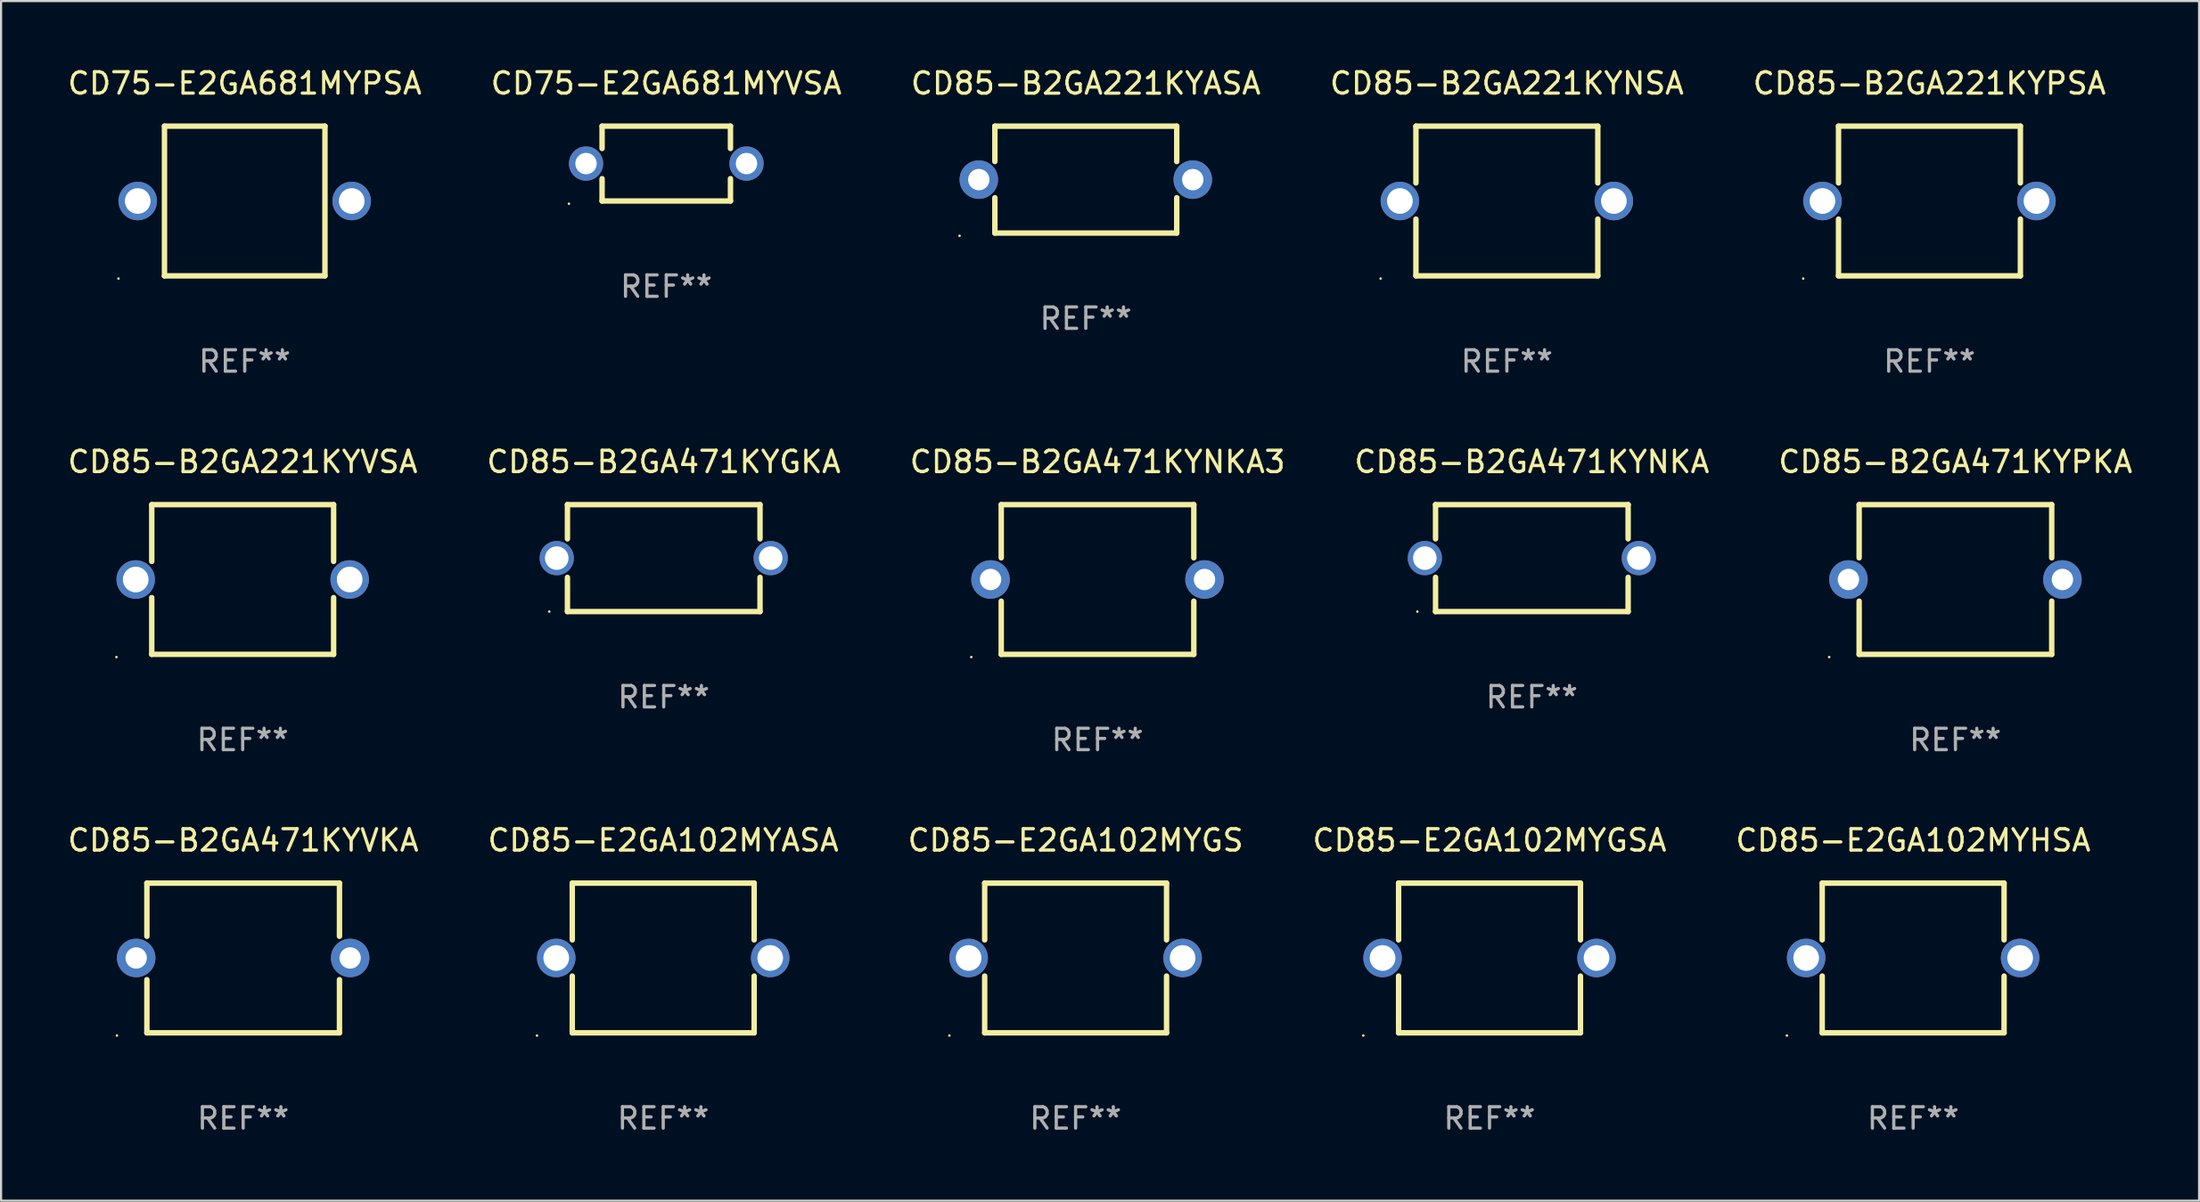
<source format=kicad_pcb>
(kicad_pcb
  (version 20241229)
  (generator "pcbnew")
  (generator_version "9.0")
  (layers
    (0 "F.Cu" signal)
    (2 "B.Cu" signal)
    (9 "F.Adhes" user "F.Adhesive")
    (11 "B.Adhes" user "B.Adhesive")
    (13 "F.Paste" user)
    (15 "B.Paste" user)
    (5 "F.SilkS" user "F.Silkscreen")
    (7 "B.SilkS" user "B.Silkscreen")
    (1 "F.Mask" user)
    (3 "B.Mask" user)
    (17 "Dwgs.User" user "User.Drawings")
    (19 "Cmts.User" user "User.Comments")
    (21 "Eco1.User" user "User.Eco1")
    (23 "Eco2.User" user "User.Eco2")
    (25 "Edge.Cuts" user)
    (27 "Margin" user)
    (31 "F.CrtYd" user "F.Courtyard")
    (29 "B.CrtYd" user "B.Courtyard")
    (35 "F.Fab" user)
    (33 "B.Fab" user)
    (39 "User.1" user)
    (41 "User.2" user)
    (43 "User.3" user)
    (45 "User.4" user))
  (footprint "CD85-B2GA221KYVSA"
    (layer "F.Cu")
    (at 8.292 24.045)
    (property "Reference" "CD85-B2GA221KYVSA" (at 0 -5.5 0) (layer "F.SilkS") (effects (font (size 1 1) (thickness 0.15))))
    (attr through_hole)
    (fp_line (start -4.25 -3.5) (end -4.25 -0.846) (stroke (width 0.254) (type solid)) (layer "F.SilkS"))
    (fp_line (start -4.25 -3.5) (end 4.25 -3.5) (stroke (width 0.254) (type solid)) (layer "F.SilkS"))
    (fp_line (start -4.25 0.846) (end -4.25 3.5) (stroke (width 0.254) (type solid)) (layer "F.SilkS"))
    (fp_line (start 4.25 -3.5) (end 4.25 -0.846) (stroke (width 0.254) (type solid)) (layer "F.SilkS"))
    (fp_line (start 4.25 0.846) (end 4.25 3.5) (stroke (width 0.254) (type solid)) (layer "F.SilkS"))
    (fp_line (start 4.25 3.5) (end -4.25 3.5) (stroke (width 0.254) (type solid)) (layer "F.SilkS"))
    (fp_circle (center -5.9 3.627) (end -5.87 3.627) (stroke (width 0.06) (type solid)) (fill no) (layer "F.SilkS"))
    (fp_text user "REF**" (at 0 7.5 0) (layer "F.Fab") (effects (font (size 1 1) (thickness 0.15))))
    (pad "1" thru_hole circle (at -5 0) (size 1.8 1.8) (drill 1.2) (layers "*.Cu" "*.Mask"))
    (pad "2" thru_hole circle (at 5 0) (size 1.8 1.8) (drill 1.2) (layers "*.Cu" "*.Mask")))
  (footprint "CD85-B2GA221KYPSA"
    (layer "F.Cu")
    (at 87.125 6.348)
    (property "Reference" "CD85-B2GA221KYPSA" (at 0 -5.5 0) (layer "F.SilkS") (effects (font (size 1 1) (thickness 0.15))))
    (attr through_hole)
    (fp_line (start -4.25 -3.5) (end -4.25 -0.846) (stroke (width 0.254) (type solid)) (layer "F.SilkS"))
    (fp_line (start -4.25 -3.5) (end 4.25 -3.5) (stroke (width 0.254) (type solid)) (layer "F.SilkS"))
    (fp_line (start -4.25 0.846) (end -4.25 3.5) (stroke (width 0.254) (type solid)) (layer "F.SilkS"))
    (fp_line (start 4.25 -3.5) (end 4.25 -0.846) (stroke (width 0.254) (type solid)) (layer "F.SilkS"))
    (fp_line (start 4.25 0.846) (end 4.25 3.5) (stroke (width 0.254) (type solid)) (layer "F.SilkS"))
    (fp_line (start 4.25 3.5) (end -4.25 3.5) (stroke (width 0.254) (type solid)) (layer "F.SilkS"))
    (fp_circle (center -5.9 3.627) (end -5.87 3.627) (stroke (width 0.06) (type solid)) (fill no) (layer "F.SilkS"))
    (fp_text user "REF**" (at 0 7.5 0) (layer "F.Fab") (effects (font (size 1 1) (thickness 0.15))))
    (pad "1" thru_hole circle (at -5 0) (size 1.8 1.8) (drill 1.2) (layers "*.Cu" "*.Mask"))
    (pad "2" thru_hole circle (at 5 0) (size 1.8 1.8) (drill 1.2) (layers "*.Cu" "*.Mask")))
  (footprint "CD85-E2GA102MYGSA"
    (layer "F.Cu")
    (at 66.565 41.741)
    (property "Reference" "CD85-E2GA102MYGSA" (at 0 -5.5 0) (layer "F.SilkS") (effects (font (size 1 1) (thickness 0.15))))
    (attr through_hole)
    (fp_line (start -4.25 -3.5) (end -4.25 -0.846) (stroke (width 0.254) (type solid)) (layer "F.SilkS"))
    (fp_line (start -4.25 -3.5) (end 4.25 -3.5) (stroke (width 0.254) (type solid)) (layer "F.SilkS"))
    (fp_line (start -4.25 0.846) (end -4.25 3.5) (stroke (width 0.254) (type solid)) (layer "F.SilkS"))
    (fp_line (start 4.25 -3.5) (end 4.25 -0.846) (stroke (width 0.254) (type solid)) (layer "F.SilkS"))
    (fp_line (start 4.25 0.846) (end 4.25 3.5) (stroke (width 0.254) (type solid)) (layer "F.SilkS"))
    (fp_line (start 4.25 3.5) (end -4.25 3.5) (stroke (width 0.254) (type solid)) (layer "F.SilkS"))
    (fp_circle (center -5.9 3.627) (end -5.87 3.627) (stroke (width 0.06) (type solid)) (fill no) (layer "F.SilkS"))
    (fp_text user "REF**" (at 0 7.5 0) (layer "F.Fab") (effects (font (size 1 1) (thickness 0.15))))
    (pad "1" thru_hole circle (at -5 0) (size 1.8 1.8) (drill 1.2) (layers "*.Cu" "*.Mask"))
    (pad "2" thru_hole circle (at 5 0) (size 1.8 1.8) (drill 1.2) (layers "*.Cu" "*.Mask")))
  (footprint "CD75-E2GA681MYPSA"
    (layer "F.Cu")
    (at 8.387 6.348)
    (property "Reference" "CD75-E2GA681MYPSA" (at 0 -5.5 0) (layer "F.SilkS") (effects (font (size 1 1) (thickness 0.15))))
    (attr through_hole)
    (fp_line (start -3.75 -3.5) (end 3.75 -3.5) (stroke (width 0.254) (type solid)) (layer "F.SilkS"))
    (fp_line (start -3.75 3.5) (end -3.75 -3.5) (stroke (width 0.254) (type solid)) (layer "F.SilkS"))
    (fp_line (start 3.75 -3.5) (end 3.75 3.5) (stroke (width 0.254) (type solid)) (layer "F.SilkS"))
    (fp_line (start 3.75 3.5) (end -3.75 3.5) (stroke (width 0.254) (type solid)) (layer "F.SilkS"))
    (fp_circle (center -5.9 3.627) (end -5.87 3.627) (stroke (width 0.06) (type solid)) (fill no) (layer "F.SilkS"))
    (fp_text user "REF**" (at 0 7.5 0) (layer "F.Fab") (effects (font (size 1 1) (thickness 0.15))))
    (pad "1" thru_hole circle (at -5 0) (size 1.8 1.8) (drill 1.2) (layers "*.Cu" "*.Mask"))
    (pad "2" thru_hole circle (at 5 0) (size 1.8 1.8) (drill 1.2) (layers "*.Cu" "*.Mask")))
  (footprint "CD85-B2GA471KYPKA"
    (layer "F.Cu")
    (at 88.339 24.045)
    (property "Reference" "CD85-B2GA471KYPKA" (at 0 -5.5 0) (layer "F.SilkS") (effects (font (size 1 1) (thickness 0.15))))
    (attr through_hole)
    (fp_line (start -4.5 -3.5) (end -4.5 -1.014) (stroke (width 0.254) (type solid)) (layer "F.SilkS"))
    (fp_line (start -4.5 -3.5) (end 4.5 -3.5) (stroke (width 0.254) (type solid)) (layer "F.SilkS"))
    (fp_line (start -4.5 1.014) (end -4.5 3.5) (stroke (width 0.254) (type solid)) (layer "F.SilkS"))
    (fp_line (start -4.5 3.5) (end 4.5 3.5) (stroke (width 0.254) (type solid)) (layer "F.SilkS"))
    (fp_line (start 4.5 -3.5) (end 4.5 -1.014) (stroke (width 0.254) (type solid)) (layer "F.SilkS"))
    (fp_line (start 4.5 1.014) (end 4.5 3.5) (stroke (width 0.254) (type solid)) (layer "F.SilkS"))
    (fp_circle (center -5.9 3.627) (end -5.87 3.627) (stroke (width 0.06) (type solid)) (fill no) (layer "F.SilkS"))
    (fp_text user "REF**" (at 0 7.5 0) (layer "F.Fab") (effects (font (size 1 1) (thickness 0.15))))
    (pad "1" thru_hole circle (at -5 0) (size 1.8 1.8) (drill 1) (layers "*.Cu" "*.Mask"))
    (pad "2" thru_hole circle (at 5 0) (size 1.8 1.8) (drill 1) (layers "*.Cu" "*.Mask")))
  (footprint "CD75-E2GA681MYVSA"
    (layer "F.Cu")
    (at 28.089 4.598)
    (property "Reference" "CD75-E2GA681MYVSA" (at 0 -3.75 0) (layer "F.SilkS") (effects (font (size 1 1) (thickness 0.15))))
    (attr through_hole)
    (fp_line (start -3 -1.75) (end -3 -0.706) (stroke (width 0.254) (type solid)) (layer "F.SilkS"))
    (fp_line (start -3 -1.75) (end 3 -1.75) (stroke (width 0.254) (type solid)) (layer "F.SilkS"))
    (fp_line (start -3 0.706) (end -3 1.75) (stroke (width 0.254) (type solid)) (layer "F.SilkS"))
    (fp_line (start 3 -1.75) (end 3 -0.706) (stroke (width 0.254) (type solid)) (layer "F.SilkS"))
    (fp_line (start 3 0.706) (end 3 1.75) (stroke (width 0.254) (type solid)) (layer "F.SilkS"))
    (fp_line (start 3 1.75) (end -3 1.75) (stroke (width 0.254) (type solid)) (layer "F.SilkS"))
    (fp_circle (center -4.55 1.877) (end -4.52 1.877) (stroke (width 0.06) (type solid)) (fill no) (layer "F.SilkS"))
    (fp_text user "REF**" (at 0 5.75 0) (layer "F.Fab") (effects (font (size 1 1) (thickness 0.15))))
    (pad "1" thru_hole circle (at -3.75 -0.000025) (size 1.6 1.6) (drill 1) (layers "*.Cu" "*.Mask"))
    (pad "2" thru_hole circle (at 3.75 -0.000025) (size 1.6 1.6) (drill 1) (layers "*.Cu" "*.Mask")))
  (footprint "CD85-B2GA471KYVKA"
    (layer "F.Cu")
    (at 8.315 41.741)
    (property "Reference" "CD85-B2GA471KYVKA" (at 0 -5.5 0) (layer "F.SilkS") (effects (font (size 1 1) (thickness 0.15))))
    (attr through_hole)
    (fp_line (start -4.5 -3.5) (end -4.5 -1.014) (stroke (width 0.254) (type solid)) (layer "F.SilkS"))
    (fp_line (start -4.5 -3.5) (end 4.5 -3.5) (stroke (width 0.254) (type solid)) (layer "F.SilkS"))
    (fp_line (start -4.5 1.014) (end -4.5 3.5) (stroke (width 0.254) (type solid)) (layer "F.SilkS"))
    (fp_line (start -4.5 3.5) (end 4.5 3.5) (stroke (width 0.254) (type solid)) (layer "F.SilkS"))
    (fp_line (start 4.5 -3.5) (end 4.5 -1.014) (stroke (width 0.254) (type solid)) (layer "F.SilkS"))
    (fp_line (start 4.5 1.014) (end 4.5 3.5) (stroke (width 0.254) (type solid)) (layer "F.SilkS"))
    (fp_circle (center -5.9 3.627) (end -5.87 3.627) (stroke (width 0.06) (type solid)) (fill no) (layer "F.SilkS"))
    (fp_text user "REF**" (at 0 7.5 0) (layer "F.Fab") (effects (font (size 1 1) (thickness 0.15))))
    (pad "1" thru_hole circle (at -5 0) (size 1.8 1.8) (drill 1) (layers "*.Cu" "*.Mask"))
    (pad "2" thru_hole circle (at 5 0) (size 1.8 1.8) (drill 1) (layers "*.Cu" "*.Mask")))
  (footprint "CD85-B2GA471KYNKA3"
    (layer "F.Cu")
    (at 48.244 24.045)
    (property "Reference" "CD85-B2GA471KYNKA3" (at 0 -5.5 0) (layer "F.SilkS") (effects (font (size 1 1) (thickness 0.15))))
    (attr through_hole)
    (fp_line (start -4.5 -3.5) (end -4.5 -1.014) (stroke (width 0.254) (type solid)) (layer "F.SilkS"))
    (fp_line (start -4.5 -3.5) (end 4.5 -3.5) (stroke (width 0.254) (type solid)) (layer "F.SilkS"))
    (fp_line (start -4.5 1.014) (end -4.5 3.5) (stroke (width 0.254) (type solid)) (layer "F.SilkS"))
    (fp_line (start -4.5 3.5) (end 4.5 3.5) (stroke (width 0.254) (type solid)) (layer "F.SilkS"))
    (fp_line (start 4.5 -3.5) (end 4.5 -1.014) (stroke (width 0.254) (type solid)) (layer "F.SilkS"))
    (fp_line (start 4.5 1.014) (end 4.5 3.5) (stroke (width 0.254) (type solid)) (layer "F.SilkS"))
    (fp_circle (center -5.9 3.627) (end -5.87 3.627) (stroke (width 0.06) (type solid)) (fill no) (layer "F.SilkS"))
    (fp_text user "REF**" (at 0 7.5 0) (layer "F.Fab") (effects (font (size 1 1) (thickness 0.15))))
    (pad "1" thru_hole circle (at -5 0) (size 1.8 1.8) (drill 1) (layers "*.Cu" "*.Mask"))
    (pad "2" thru_hole circle (at 5 0) (size 1.8 1.8) (drill 1) (layers "*.Cu" "*.Mask")))
  (footprint "CD85-E2GA102MYGS"
    (layer "F.Cu")
    (at 47.22 41.741)
    (property "Reference" "CD85-E2GA102MYGS" (at 0 -5.5 0) (layer "F.SilkS") (effects (font (size 1 1) (thickness 0.15))))
    (attr through_hole)
    (fp_line (start -4.25 -3.5) (end -4.25 -0.846) (stroke (width 0.254) (type solid)) (layer "F.SilkS"))
    (fp_line (start -4.25 -3.5) (end 4.25 -3.5) (stroke (width 0.254) (type solid)) (layer "F.SilkS"))
    (fp_line (start -4.25 0.846) (end -4.25 3.5) (stroke (width 0.254) (type solid)) (layer "F.SilkS"))
    (fp_line (start 4.25 -3.5) (end 4.25 -0.846) (stroke (width 0.254) (type solid)) (layer "F.SilkS"))
    (fp_line (start 4.25 0.846) (end 4.25 3.5) (stroke (width 0.254) (type solid)) (layer "F.SilkS"))
    (fp_line (start 4.25 3.5) (end -4.25 3.5) (stroke (width 0.254) (type solid)) (layer "F.SilkS"))
    (fp_circle (center -5.9 3.627) (end -5.87 3.627) (stroke (width 0.06) (type solid)) (fill no) (layer "F.SilkS"))
    (fp_text user "REF**" (at 0 7.5 0) (layer "F.Fab") (effects (font (size 1 1) (thickness 0.15))))
    (pad "1" thru_hole circle (at -5 0) (size 1.8 1.8) (drill 1.2) (layers "*.Cu" "*.Mask"))
    (pad "2" thru_hole circle (at 5 0) (size 1.8 1.8) (drill 1.2) (layers "*.Cu" "*.Mask")))
  (footprint "CD85-B2GA221KYASA"
    (layer "F.Cu")
    (at 47.696 5.348)
    (property "Reference" "CD85-B2GA221KYASA" (at 0 -4.499 0) (layer "F.SilkS") (effects (font (size 1 1) (thickness 0.15))))
    (attr through_hole)
    (fp_line (start -4.25 -2.499) (end -4.25 -0.846) (stroke (width 0.254) (type solid)) (layer "F.SilkS"))
    (fp_line (start -4.25 -2.499) (end 4.25 -2.499) (stroke (width 0.254) (type solid)) (layer "F.SilkS"))
    (fp_line (start -4.25 0.846) (end -4.25 2.499) (stroke (width 0.254) (type solid)) (layer "F.SilkS"))
    (fp_line (start 4.25 -0.846) (end 4.25 -2.499) (stroke (width 0.254) (type solid)) (layer "F.SilkS"))
    (fp_line (start 4.25 2.499) (end -4.25 2.499) (stroke (width 0.254) (type solid)) (layer "F.SilkS"))
    (fp_line (start 4.25 2.499) (end 4.25 0.846) (stroke (width 0.254) (type solid)) (layer "F.SilkS"))
    (fp_circle (center -5.9 2.626) (end -5.87 2.626) (stroke (width 0.06) (type solid)) (fill no) (layer "F.SilkS"))
    (fp_text user "REF**" (at 0 6.499 0) (layer "F.Fab") (effects (font (size 1 1) (thickness 0.15))))
    (pad "1" thru_hole circle (at -5 0) (size 1.8 1.8) (drill 1) (layers "*.Cu" "*.Mask"))
    (pad "2" thru_hole circle (at 5 0) (size 1.8 1.8) (drill 1) (layers "*.Cu" "*.Mask")))
  (footprint "CD85-B2GA471KYGKA"
    (layer "F.Cu")
    (at 27.97 23.045)
    (property "Reference" "CD85-B2GA471KYGKA" (at 0 -4.5 0) (layer "F.SilkS") (effects (font (size 1 1) (thickness 0.15))))
    (attr through_hole)
    (fp_line (start -4.5 -2.5) (end 4.5 -2.5) (stroke (width 0.254) (type solid)) (layer "F.SilkS"))
    (fp_line (start -4.5 -0.901) (end -4.5 -2.5) (stroke (width 0.254) (type solid)) (layer "F.SilkS"))
    (fp_line (start -4.5 2.5) (end -4.5 0.901) (stroke (width 0.254) (type solid)) (layer "F.SilkS"))
    (fp_line (start -4.5 2.5) (end 4.5 2.5) (stroke (width 0.254) (type solid)) (layer "F.SilkS"))
    (fp_line (start 4.5 -0.901) (end 4.5 -2.5) (stroke (width 0.254) (type solid)) (layer "F.SilkS"))
    (fp_line (start 4.5 2.5) (end 4.5 0.901) (stroke (width 0.254) (type solid)) (layer "F.SilkS"))
    (fp_circle (center -5.35 2.5) (end -5.32 2.5) (stroke (width 0.06) (type solid)) (fill no) (layer "F.SilkS"))
    (fp_text user "REF**" (at 0 6.5 0) (layer "F.Fab") (effects (font (size 1 1) (thickness 0.15))))
    (pad "1" thru_hole circle (at -5 0) (size 1.6 1.6) (drill 1.1) (layers "*.Cu" "*.Mask"))
    (pad "2" thru_hole circle (at 5 0) (size 1.6 1.6) (drill 1.1) (layers "*.Cu" "*.Mask")))
  (footprint "CD85-B2GA221KYNSA"
    (layer "F.Cu")
    (at 67.375 6.348)
    (property "Reference" "CD85-B2GA221KYNSA" (at 0 -5.5 0) (layer "F.SilkS") (effects (font (size 1 1) (thickness 0.15))))
    (attr through_hole)
    (fp_line (start -4.25 -3.5) (end -4.25 -0.846) (stroke (width 0.254) (type solid)) (layer "F.SilkS"))
    (fp_line (start -4.25 -3.5) (end 4.25 -3.5) (stroke (width 0.254) (type solid)) (layer "F.SilkS"))
    (fp_line (start -4.25 0.846) (end -4.25 3.5) (stroke (width 0.254) (type solid)) (layer "F.SilkS"))
    (fp_line (start 4.25 -3.5) (end 4.25 -0.846) (stroke (width 0.254) (type solid)) (layer "F.SilkS"))
    (fp_line (start 4.25 0.846) (end 4.25 3.5) (stroke (width 0.254) (type solid)) (layer "F.SilkS"))
    (fp_line (start 4.25 3.5) (end -4.25 3.5) (stroke (width 0.254) (type solid)) (layer "F.SilkS"))
    (fp_circle (center -5.9 3.627) (end -5.87 3.627) (stroke (width 0.06) (type solid)) (fill no) (layer "F.SilkS"))
    (fp_text user "REF**" (at 0 7.5 0) (layer "F.Fab") (effects (font (size 1 1) (thickness 0.15))))
    (pad "1" thru_hole circle (at -5 0) (size 1.8 1.8) (drill 1.2) (layers "*.Cu" "*.Mask"))
    (pad "2" thru_hole circle (at 5 0) (size 1.8 1.8) (drill 1.2) (layers "*.Cu" "*.Mask")))
  (footprint "CD85-B2GA471KYNKA"
    (layer "F.Cu")
    (at 68.542 23.045)
    (property "Reference" "CD85-B2GA471KYNKA" (at 0 -4.5 0) (layer "F.SilkS") (effects (font (size 1 1) (thickness 0.15))))
    (attr through_hole)
    (fp_line (start -4.5 -2.5) (end 4.5 -2.5) (stroke (width 0.254) (type solid)) (layer "F.SilkS"))
    (fp_line (start -4.5 -0.901) (end -4.5 -2.5) (stroke (width 0.254) (type solid)) (layer "F.SilkS"))
    (fp_line (start -4.5 2.5) (end -4.5 0.901) (stroke (width 0.254) (type solid)) (layer "F.SilkS"))
    (fp_line (start -4.5 2.5) (end 4.5 2.5) (stroke (width 0.254) (type solid)) (layer "F.SilkS"))
    (fp_line (start 4.5 -0.901) (end 4.5 -2.5) (stroke (width 0.254) (type solid)) (layer "F.SilkS"))
    (fp_line (start 4.5 2.5) (end 4.5 0.901) (stroke (width 0.254) (type solid)) (layer "F.SilkS"))
    (fp_circle (center -5.35 2.5) (end -5.32 2.5) (stroke (width 0.06) (type solid)) (fill no) (layer "F.SilkS"))
    (fp_text user "REF**" (at 0 6.5 0) (layer "F.Fab") (effects (font (size 1 1) (thickness 0.15))))
    (pad "1" thru_hole circle (at -5 0) (size 1.6 1.6) (drill 1.1) (layers "*.Cu" "*.Mask"))
    (pad "2" thru_hole circle (at 5 0) (size 1.6 1.6) (drill 1.1) (layers "*.Cu" "*.Mask")))
  (footprint "CD85-E2GA102MYHSA"
    (layer "F.Cu")
    (at 86.363 41.741)
    (property "Reference" "CD85-E2GA102MYHSA" (at 0 -5.5 0) (layer "F.SilkS") (effects (font (size 1 1) (thickness 0.15))))
    (attr through_hole)
    (fp_line (start -4.25 -3.5) (end -4.25 -0.846) (stroke (width 0.254) (type solid)) (layer "F.SilkS"))
    (fp_line (start -4.25 -3.5) (end 4.25 -3.5) (stroke (width 0.254) (type solid)) (layer "F.SilkS"))
    (fp_line (start -4.25 0.846) (end -4.25 3.5) (stroke (width 0.254) (type solid)) (layer "F.SilkS"))
    (fp_line (start 4.25 -3.5) (end 4.25 -0.846) (stroke (width 0.254) (type solid)) (layer "F.SilkS"))
    (fp_line (start 4.25 0.846) (end 4.25 3.5) (stroke (width 0.254) (type solid)) (layer "F.SilkS"))
    (fp_line (start 4.25 3.5) (end -4.25 3.5) (stroke (width 0.254) (type solid)) (layer "F.SilkS"))
    (fp_circle (center -5.9 3.627) (end -5.87 3.627) (stroke (width 0.06) (type solid)) (fill no) (layer "F.SilkS"))
    (fp_text user "REF**" (at 0 7.5 0) (layer "F.Fab") (effects (font (size 1 1) (thickness 0.15))))
    (pad "1" thru_hole circle (at -5 0) (size 1.8 1.8) (drill 1.2) (layers "*.Cu" "*.Mask"))
    (pad "2" thru_hole circle (at 5 0) (size 1.8 1.8) (drill 1.2) (layers "*.Cu" "*.Mask")))
  (footprint "CD85-E2GA102MYASA"
    (layer "F.Cu")
    (at 27.946 41.741)
    (property "Reference" "CD85-E2GA102MYASA" (at 0 -5.5 0) (layer "F.SilkS") (effects (font (size 1 1) (thickness 0.15))))
    (attr through_hole)
    (fp_line (start -4.25 -3.5) (end -4.25 -0.846) (stroke (width 0.254) (type solid)) (layer "F.SilkS"))
    (fp_line (start -4.25 -3.5) (end 4.25 -3.5) (stroke (width 0.254) (type solid)) (layer "F.SilkS"))
    (fp_line (start -4.25 0.846) (end -4.25 3.5) (stroke (width 0.254) (type solid)) (layer "F.SilkS"))
    (fp_line (start 4.25 -3.5) (end 4.25 -0.846) (stroke (width 0.254) (type solid)) (layer "F.SilkS"))
    (fp_line (start 4.25 0.846) (end 4.25 3.5) (stroke (width 0.254) (type solid)) (layer "F.SilkS"))
    (fp_line (start 4.25 3.5) (end -4.25 3.5) (stroke (width 0.254) (type solid)) (layer "F.SilkS"))
    (fp_circle (center -5.9 3.627) (end -5.87 3.627) (stroke (width 0.06) (type solid)) (fill no) (layer "F.SilkS"))
    (fp_text user "REF**" (at 0 7.5 0) (layer "F.Fab") (effects (font (size 1 1) (thickness 0.15))))
    (pad "1" thru_hole circle (at -5 0) (size 1.8 1.8) (drill 1.2) (layers "*.Cu" "*.Mask"))
    (pad "2" thru_hole circle (at 5 0) (size 1.8 1.8) (drill 1.2) (layers "*.Cu" "*.Mask")))
  (gr_rect
    (start -3 -3)
    (end 99.726 53.09)
    (stroke (width 0.1) (type default))
    (fill no)
    (layer "Edge.Cuts")))
</source>
